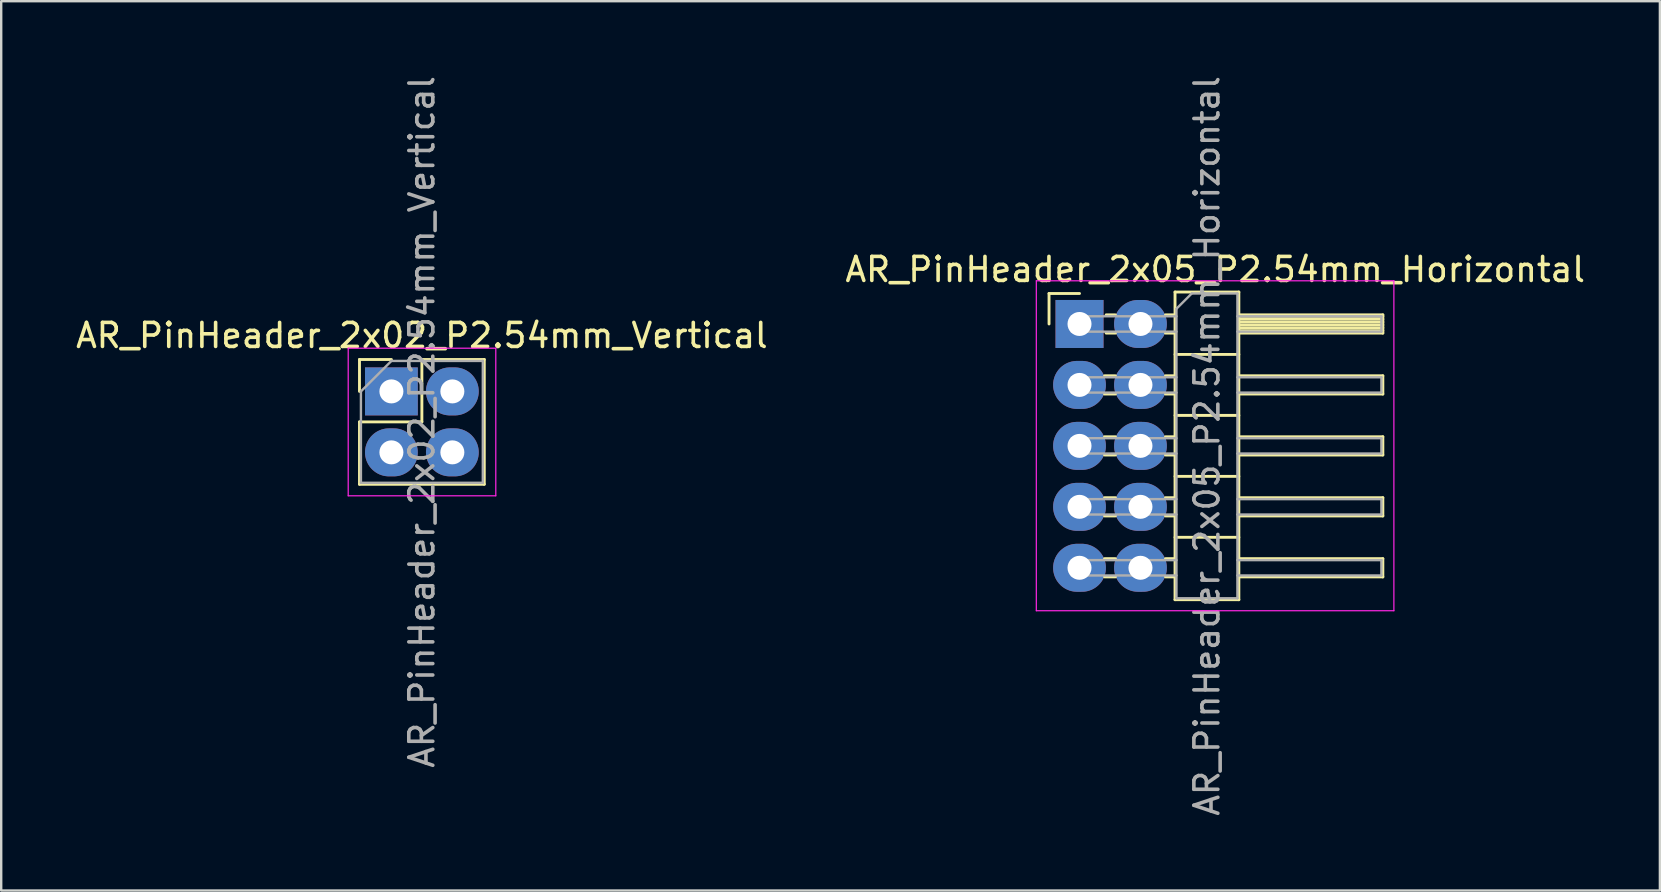
<source format=kicad_pcb>
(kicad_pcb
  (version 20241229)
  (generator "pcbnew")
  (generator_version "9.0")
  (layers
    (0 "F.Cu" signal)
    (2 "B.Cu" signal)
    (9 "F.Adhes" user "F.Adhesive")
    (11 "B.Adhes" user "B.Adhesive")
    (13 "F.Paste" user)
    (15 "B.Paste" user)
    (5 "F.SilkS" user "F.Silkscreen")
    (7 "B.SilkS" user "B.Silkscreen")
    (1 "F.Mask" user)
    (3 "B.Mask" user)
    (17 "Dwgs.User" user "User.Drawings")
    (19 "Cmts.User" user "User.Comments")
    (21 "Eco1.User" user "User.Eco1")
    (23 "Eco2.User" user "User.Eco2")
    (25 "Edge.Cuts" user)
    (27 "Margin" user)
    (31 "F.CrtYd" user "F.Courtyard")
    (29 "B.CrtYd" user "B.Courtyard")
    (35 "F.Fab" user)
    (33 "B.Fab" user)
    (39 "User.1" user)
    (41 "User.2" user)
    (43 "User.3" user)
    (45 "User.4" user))
  (footprint "AR_PinHeader_2x05_P2.54mm_Horizontal"
    (layer "F.Cu")
    (at 41.934 10.45)
    (property "Reference" "AR_PinHeader_2x05_P2.54mm_Horizontal" (at 5.655 -2.27 0) (layer "F.SilkS") (effects (font (size 1 1) (thickness 0.15))))
    (attr through_hole)
    (fp_line (start -1.27 -1.27) (end 0 -1.27) (stroke (width 0.12) (type solid)) (layer "F.SilkS"))
    (fp_line (start -1.27 0) (end -1.27 -1.27) (stroke (width 0.12) (type solid)) (layer "F.SilkS"))
    (fp_line (start 1.043 2.16) (end 1.497 2.16) (stroke (width 0.12) (type solid)) (layer "F.SilkS"))
    (fp_line (start 1.043 2.92) (end 1.497 2.92) (stroke (width 0.12) (type solid)) (layer "F.SilkS"))
    (fp_line (start 1.043 4.7) (end 1.497 4.7) (stroke (width 0.12) (type solid)) (layer "F.SilkS"))
    (fp_line (start 1.043 5.46) (end 1.497 5.46) (stroke (width 0.12) (type solid)) (layer "F.SilkS"))
    (fp_line (start 1.043 7.24) (end 1.497 7.24) (stroke (width 0.12) (type solid)) (layer "F.SilkS"))
    (fp_line (start 1.043 8) (end 1.497 8) (stroke (width 0.12) (type solid)) (layer "F.SilkS"))
    (fp_line (start 1.043 9.78) (end 1.497 9.78) (stroke (width 0.12) (type solid)) (layer "F.SilkS"))
    (fp_line (start 1.043 10.54) (end 1.497 10.54) (stroke (width 0.12) (type solid)) (layer "F.SilkS"))
    (fp_line (start 1.11 -0.38) (end 1.497 -0.38) (stroke (width 0.12) (type solid)) (layer "F.SilkS"))
    (fp_line (start 1.11 0.38) (end 1.497 0.38) (stroke (width 0.12) (type solid)) (layer "F.SilkS"))
    (fp_line (start 3.583 -0.38) (end 3.98 -0.38) (stroke (width 0.12) (type solid)) (layer "F.SilkS"))
    (fp_line (start 3.583 0.38) (end 3.98 0.38) (stroke (width 0.12) (type solid)) (layer "F.SilkS"))
    (fp_line (start 3.583 2.16) (end 3.98 2.16) (stroke (width 0.12) (type solid)) (layer "F.SilkS"))
    (fp_line (start 3.583 2.92) (end 3.98 2.92) (stroke (width 0.12) (type solid)) (layer "F.SilkS"))
    (fp_line (start 3.583 4.7) (end 3.98 4.7) (stroke (width 0.12) (type solid)) (layer "F.SilkS"))
    (fp_line (start 3.583 5.46) (end 3.98 5.46) (stroke (width 0.12) (type solid)) (layer "F.SilkS"))
    (fp_line (start 3.583 7.24) (end 3.98 7.24) (stroke (width 0.12) (type solid)) (layer "F.SilkS"))
    (fp_line (start 3.583 8) (end 3.98 8) (stroke (width 0.12) (type solid)) (layer "F.SilkS"))
    (fp_line (start 3.583 9.78) (end 3.98 9.78) (stroke (width 0.12) (type solid)) (layer "F.SilkS"))
    (fp_line (start 3.583 10.54) (end 3.98 10.54) (stroke (width 0.12) (type solid)) (layer "F.SilkS"))
    (fp_line (start 3.98 -1.33) (end 3.98 11.49) (stroke (width 0.12) (type solid)) (layer "F.SilkS"))
    (fp_line (start 3.98 1.27) (end 6.64 1.27) (stroke (width 0.12) (type solid)) (layer "F.SilkS"))
    (fp_line (start 3.98 3.81) (end 6.64 3.81) (stroke (width 0.12) (type solid)) (layer "F.SilkS"))
    (fp_line (start 3.98 6.35) (end 6.64 6.35) (stroke (width 0.12) (type solid)) (layer "F.SilkS"))
    (fp_line (start 3.98 8.89) (end 6.64 8.89) (stroke (width 0.12) (type solid)) (layer "F.SilkS"))
    (fp_line (start 3.98 11.49) (end 6.64 11.49) (stroke (width 0.12) (type solid)) (layer "F.SilkS"))
    (fp_line (start 6.64 -1.33) (end 3.98 -1.33) (stroke (width 0.12) (type solid)) (layer "F.SilkS"))
    (fp_line (start 6.64 -0.38) (end 12.64 -0.38) (stroke (width 0.12) (type solid)) (layer "F.SilkS"))
    (fp_line (start 6.64 -0.32) (end 12.64 -0.32) (stroke (width 0.12) (type solid)) (layer "F.SilkS"))
    (fp_line (start 6.64 -0.2) (end 12.64 -0.2) (stroke (width 0.12) (type solid)) (layer "F.SilkS"))
    (fp_line (start 6.64 -0.08) (end 12.64 -0.08) (stroke (width 0.12) (type solid)) (layer "F.SilkS"))
    (fp_line (start 6.64 0.04) (end 12.64 0.04) (stroke (width 0.12) (type solid)) (layer "F.SilkS"))
    (fp_line (start 6.64 0.16) (end 12.64 0.16) (stroke (width 0.12) (type solid)) (layer "F.SilkS"))
    (fp_line (start 6.64 0.28) (end 12.64 0.28) (stroke (width 0.12) (type solid)) (layer "F.SilkS"))
    (fp_line (start 6.64 2.16) (end 12.64 2.16) (stroke (width 0.12) (type solid)) (layer "F.SilkS"))
    (fp_line (start 6.64 4.7) (end 12.64 4.7) (stroke (width 0.12) (type solid)) (layer "F.SilkS"))
    (fp_line (start 6.64 7.24) (end 12.64 7.24) (stroke (width 0.12) (type solid)) (layer "F.SilkS"))
    (fp_line (start 6.64 9.78) (end 12.64 9.78) (stroke (width 0.12) (type solid)) (layer "F.SilkS"))
    (fp_line (start 6.64 11.49) (end 6.64 -1.33) (stroke (width 0.12) (type solid)) (layer "F.SilkS"))
    (fp_line (start 12.64 -0.38) (end 12.64 0.38) (stroke (width 0.12) (type solid)) (layer "F.SilkS"))
    (fp_line (start 12.64 0.38) (end 6.64 0.38) (stroke (width 0.12) (type solid)) (layer "F.SilkS"))
    (fp_line (start 12.64 2.16) (end 12.64 2.92) (stroke (width 0.12) (type solid)) (layer "F.SilkS"))
    (fp_line (start 12.64 2.92) (end 6.64 2.92) (stroke (width 0.12) (type solid)) (layer "F.SilkS"))
    (fp_line (start 12.64 4.7) (end 12.64 5.46) (stroke (width 0.12) (type solid)) (layer "F.SilkS"))
    (fp_line (start 12.64 5.46) (end 6.64 5.46) (stroke (width 0.12) (type solid)) (layer "F.SilkS"))
    (fp_line (start 12.64 7.24) (end 12.64 8) (stroke (width 0.12) (type solid)) (layer "F.SilkS"))
    (fp_line (start 12.64 8) (end 6.64 8) (stroke (width 0.12) (type solid)) (layer "F.SilkS"))
    (fp_line (start 12.64 9.78) (end 12.64 10.54) (stroke (width 0.12) (type solid)) (layer "F.SilkS"))
    (fp_line (start 12.64 10.54) (end 6.64 10.54) (stroke (width 0.12) (type solid)) (layer "F.SilkS"))
    (fp_line (start -1.8 -1.8) (end -1.8 11.95) (stroke (width 0.05) (type solid)) (layer "F.CrtYd"))
    (fp_line (start -1.8 11.95) (end 13.1 11.95) (stroke (width 0.05) (type solid)) (layer "F.CrtYd"))
    (fp_line (start 13.1 -1.8) (end -1.8 -1.8) (stroke (width 0.05) (type solid)) (layer "F.CrtYd"))
    (fp_line (start 13.1 11.95) (end 13.1 -1.8) (stroke (width 0.05) (type solid)) (layer "F.CrtYd"))
    (fp_line (start -0.32 -0.32) (end -0.32 0.32) (stroke (width 0.1) (type solid)) (layer "F.Fab"))
    (fp_line (start -0.32 -0.32) (end 4.04 -0.32) (stroke (width 0.1) (type solid)) (layer "F.Fab"))
    (fp_line (start -0.32 0.32) (end 4.04 0.32) (stroke (width 0.1) (type solid)) (layer "F.Fab"))
    (fp_line (start -0.32 2.22) (end -0.32 2.86) (stroke (width 0.1) (type solid)) (layer "F.Fab"))
    (fp_line (start -0.32 2.22) (end 4.04 2.22) (stroke (width 0.1) (type solid)) (layer "F.Fab"))
    (fp_line (start -0.32 2.86) (end 4.04 2.86) (stroke (width 0.1) (type solid)) (layer "F.Fab"))
    (fp_line (start -0.32 4.76) (end -0.32 5.4) (stroke (width 0.1) (type solid)) (layer "F.Fab"))
    (fp_line (start -0.32 4.76) (end 4.04 4.76) (stroke (width 0.1) (type solid)) (layer "F.Fab"))
    (fp_line (start -0.32 5.4) (end 4.04 5.4) (stroke (width 0.1) (type solid)) (layer "F.Fab"))
    (fp_line (start -0.32 7.3) (end -0.32 7.94) (stroke (width 0.1) (type solid)) (layer "F.Fab"))
    (fp_line (start -0.32 7.3) (end 4.04 7.3) (stroke (width 0.1) (type solid)) (layer "F.Fab"))
    (fp_line (start -0.32 7.94) (end 4.04 7.94) (stroke (width 0.1) (type solid)) (layer "F.Fab"))
    (fp_line (start -0.32 9.84) (end -0.32 10.48) (stroke (width 0.1) (type solid)) (layer "F.Fab"))
    (fp_line (start -0.32 9.84) (end 4.04 9.84) (stroke (width 0.1) (type solid)) (layer "F.Fab"))
    (fp_line (start -0.32 10.48) (end 4.04 10.48) (stroke (width 0.1) (type solid)) (layer "F.Fab"))
    (fp_line (start 4.04 -0.635) (end 4.675 -1.27) (stroke (width 0.1) (type solid)) (layer "F.Fab"))
    (fp_line (start 4.04 11.43) (end 4.04 -0.635) (stroke (width 0.1) (type solid)) (layer "F.Fab"))
    (fp_line (start 4.675 -1.27) (end 6.58 -1.27) (stroke (width 0.1) (type solid)) (layer "F.Fab"))
    (fp_line (start 6.58 -1.27) (end 6.58 11.43) (stroke (width 0.1) (type solid)) (layer "F.Fab"))
    (fp_line (start 6.58 -0.32) (end 12.58 -0.32) (stroke (width 0.1) (type solid)) (layer "F.Fab"))
    (fp_line (start 6.58 0.32) (end 12.58 0.32) (stroke (width 0.1) (type solid)) (layer "F.Fab"))
    (fp_line (start 6.58 2.22) (end 12.58 2.22) (stroke (width 0.1) (type solid)) (layer "F.Fab"))
    (fp_line (start 6.58 2.86) (end 12.58 2.86) (stroke (width 0.1) (type solid)) (layer "F.Fab"))
    (fp_line (start 6.58 4.76) (end 12.58 4.76) (stroke (width 0.1) (type solid)) (layer "F.Fab"))
    (fp_line (start 6.58 5.4) (end 12.58 5.4) (stroke (width 0.1) (type solid)) (layer "F.Fab"))
    (fp_line (start 6.58 7.3) (end 12.58 7.3) (stroke (width 0.1) (type solid)) (layer "F.Fab"))
    (fp_line (start 6.58 7.94) (end 12.58 7.94) (stroke (width 0.1) (type solid)) (layer "F.Fab"))
    (fp_line (start 6.58 9.84) (end 12.58 9.84) (stroke (width 0.1) (type solid)) (layer "F.Fab"))
    (fp_line (start 6.58 10.48) (end 12.58 10.48) (stroke (width 0.1) (type solid)) (layer "F.Fab"))
    (fp_line (start 6.58 11.43) (end 4.04 11.43) (stroke (width 0.1) (type solid)) (layer "F.Fab"))
    (fp_line (start 12.58 -0.32) (end 12.58 0.32) (stroke (width 0.1) (type solid)) (layer "F.Fab"))
    (fp_line (start 12.58 2.22) (end 12.58 2.86) (stroke (width 0.1) (type solid)) (layer "F.Fab"))
    (fp_line (start 12.58 4.76) (end 12.58 5.4) (stroke (width 0.1) (type solid)) (layer "F.Fab"))
    (fp_line (start 12.58 7.3) (end 12.58 7.94) (stroke (width 0.1) (type solid)) (layer "F.Fab"))
    (fp_line (start 12.58 9.84) (end 12.58 10.48) (stroke (width 0.1) (type solid)) (layer "F.Fab"))
    (fp_text user "${REFERENCE}" (at 5.31 5.08 90) (layer "F.Fab") (effects (font (size 1 1) (thickness 0.15))))
    (pad "1" thru_hole rect (at 0 0) (size 2 2) (drill 1) (layers "*.Cu" "*.Mask"))
    (pad "2" thru_hole oval (at 2.54 0) (size 2.2 2) (drill 1) (layers "*.Cu" "*.Mask"))
    (pad "3" thru_hole oval (at 0 2.54) (size 2.2 2) (drill 1) (layers "*.Cu" "*.Mask"))
    (pad "4" thru_hole oval (at 2.54 2.54) (size 2.2 2) (drill 1) (layers "*.Cu" "*.Mask"))
    (pad "5" thru_hole oval (at 0 5.08) (size 2.2 2) (drill 1) (layers "*.Cu" "*.Mask"))
    (pad "6" thru_hole oval (at 2.54 5.08) (size 2.2 2) (drill 1) (layers "*.Cu" "*.Mask"))
    (pad "7" thru_hole oval (at 0 7.62) (size 2.2 2) (drill 1) (layers "*.Cu" "*.Mask"))
    (pad "8" thru_hole oval (at 2.54 7.62) (size 2.2 2) (drill 1) (layers "*.Cu" "*.Mask"))
    (pad "9" thru_hole oval (at 0 10.16) (size 2.2 2) (drill 1) (layers "*.Cu" "*.Mask"))
    (pad "10" thru_hole oval (at 2.54 10.16) (size 2.2 2) (drill 1) (layers "*.Cu" "*.Mask")))
  (footprint "AR_PinHeader_2x02_P2.54mm_Vertical"
    (layer "F.Cu")
    (at 13.26 13.26)
    (property "Reference" "AR_PinHeader_2x02_P2.54mm_Vertical" (at 1.27 -2.33 0) (layer "F.SilkS") (effects (font (size 1 1) (thickness 0.15))))
    (attr through_hole)
    (fp_line (start -1.33 -1.33) (end 0 -1.33) (stroke (width 0.12) (type solid)) (layer "F.SilkS"))
    (fp_line (start -1.33 0) (end -1.33 -1.33) (stroke (width 0.12) (type solid)) (layer "F.SilkS"))
    (fp_line (start -1.33 1.27) (end -1.33 3.87) (stroke (width 0.12) (type solid)) (layer "F.SilkS"))
    (fp_line (start -1.33 1.27) (end 1.27 1.27) (stroke (width 0.12) (type solid)) (layer "F.SilkS"))
    (fp_line (start -1.33 3.87) (end 3.87 3.87) (stroke (width 0.12) (type solid)) (layer "F.SilkS"))
    (fp_line (start 1.27 -1.33) (end 3.87 -1.33) (stroke (width 0.12) (type solid)) (layer "F.SilkS"))
    (fp_line (start 1.27 1.27) (end 1.27 -1.33) (stroke (width 0.12) (type solid)) (layer "F.SilkS"))
    (fp_line (start 3.87 -1.33) (end 3.87 3.87) (stroke (width 0.12) (type solid)) (layer "F.SilkS"))
    (fp_line (start -1.8 -1.8) (end -1.8 4.35) (stroke (width 0.05) (type solid)) (layer "F.CrtYd"))
    (fp_line (start -1.8 4.35) (end 4.35 4.35) (stroke (width 0.05) (type solid)) (layer "F.CrtYd"))
    (fp_line (start 4.35 -1.8) (end -1.8 -1.8) (stroke (width 0.05) (type solid)) (layer "F.CrtYd"))
    (fp_line (start 4.35 4.35) (end 4.35 -1.8) (stroke (width 0.05) (type solid)) (layer "F.CrtYd"))
    (fp_line (start -1.27 0) (end 0 -1.27) (stroke (width 0.1) (type solid)) (layer "F.Fab"))
    (fp_line (start -1.27 3.81) (end -1.27 0) (stroke (width 0.1) (type solid)) (layer "F.Fab"))
    (fp_line (start 0 -1.27) (end 3.81 -1.27) (stroke (width 0.1) (type solid)) (layer "F.Fab"))
    (fp_line (start 3.81 -1.27) (end 3.81 3.81) (stroke (width 0.1) (type solid)) (layer "F.Fab"))
    (fp_line (start 3.81 3.81) (end -1.27 3.81) (stroke (width 0.1) (type solid)) (layer "F.Fab"))
    (fp_text user "${REFERENCE}" (at 1.27 1.27 90) (layer "F.Fab") (effects (font (size 1 1) (thickness 0.15))))
    (pad "1" thru_hole rect (at 0 0) (size 2.2 2) (drill 1) (layers "*.Cu" "*.Mask"))
    (pad "2" thru_hole oval (at 2.54 0) (size 2.2 2) (drill 1) (layers "*.Cu" "*.Mask"))
    (pad "3" thru_hole oval (at 0 2.54) (size 2.2 2) (drill 1) (layers "*.Cu" "*.Mask"))
    (pad "4" thru_hole oval (at 2.54 2.54) (size 2.2 2) (drill 1) (layers "*.Cu" "*.Mask")))
  (gr_rect
    (start -3 -3)
    (end 66.119 34.06)
    (stroke (width 0.1) (type default))
    (fill no)
    (layer "Edge.Cuts")))
</source>
